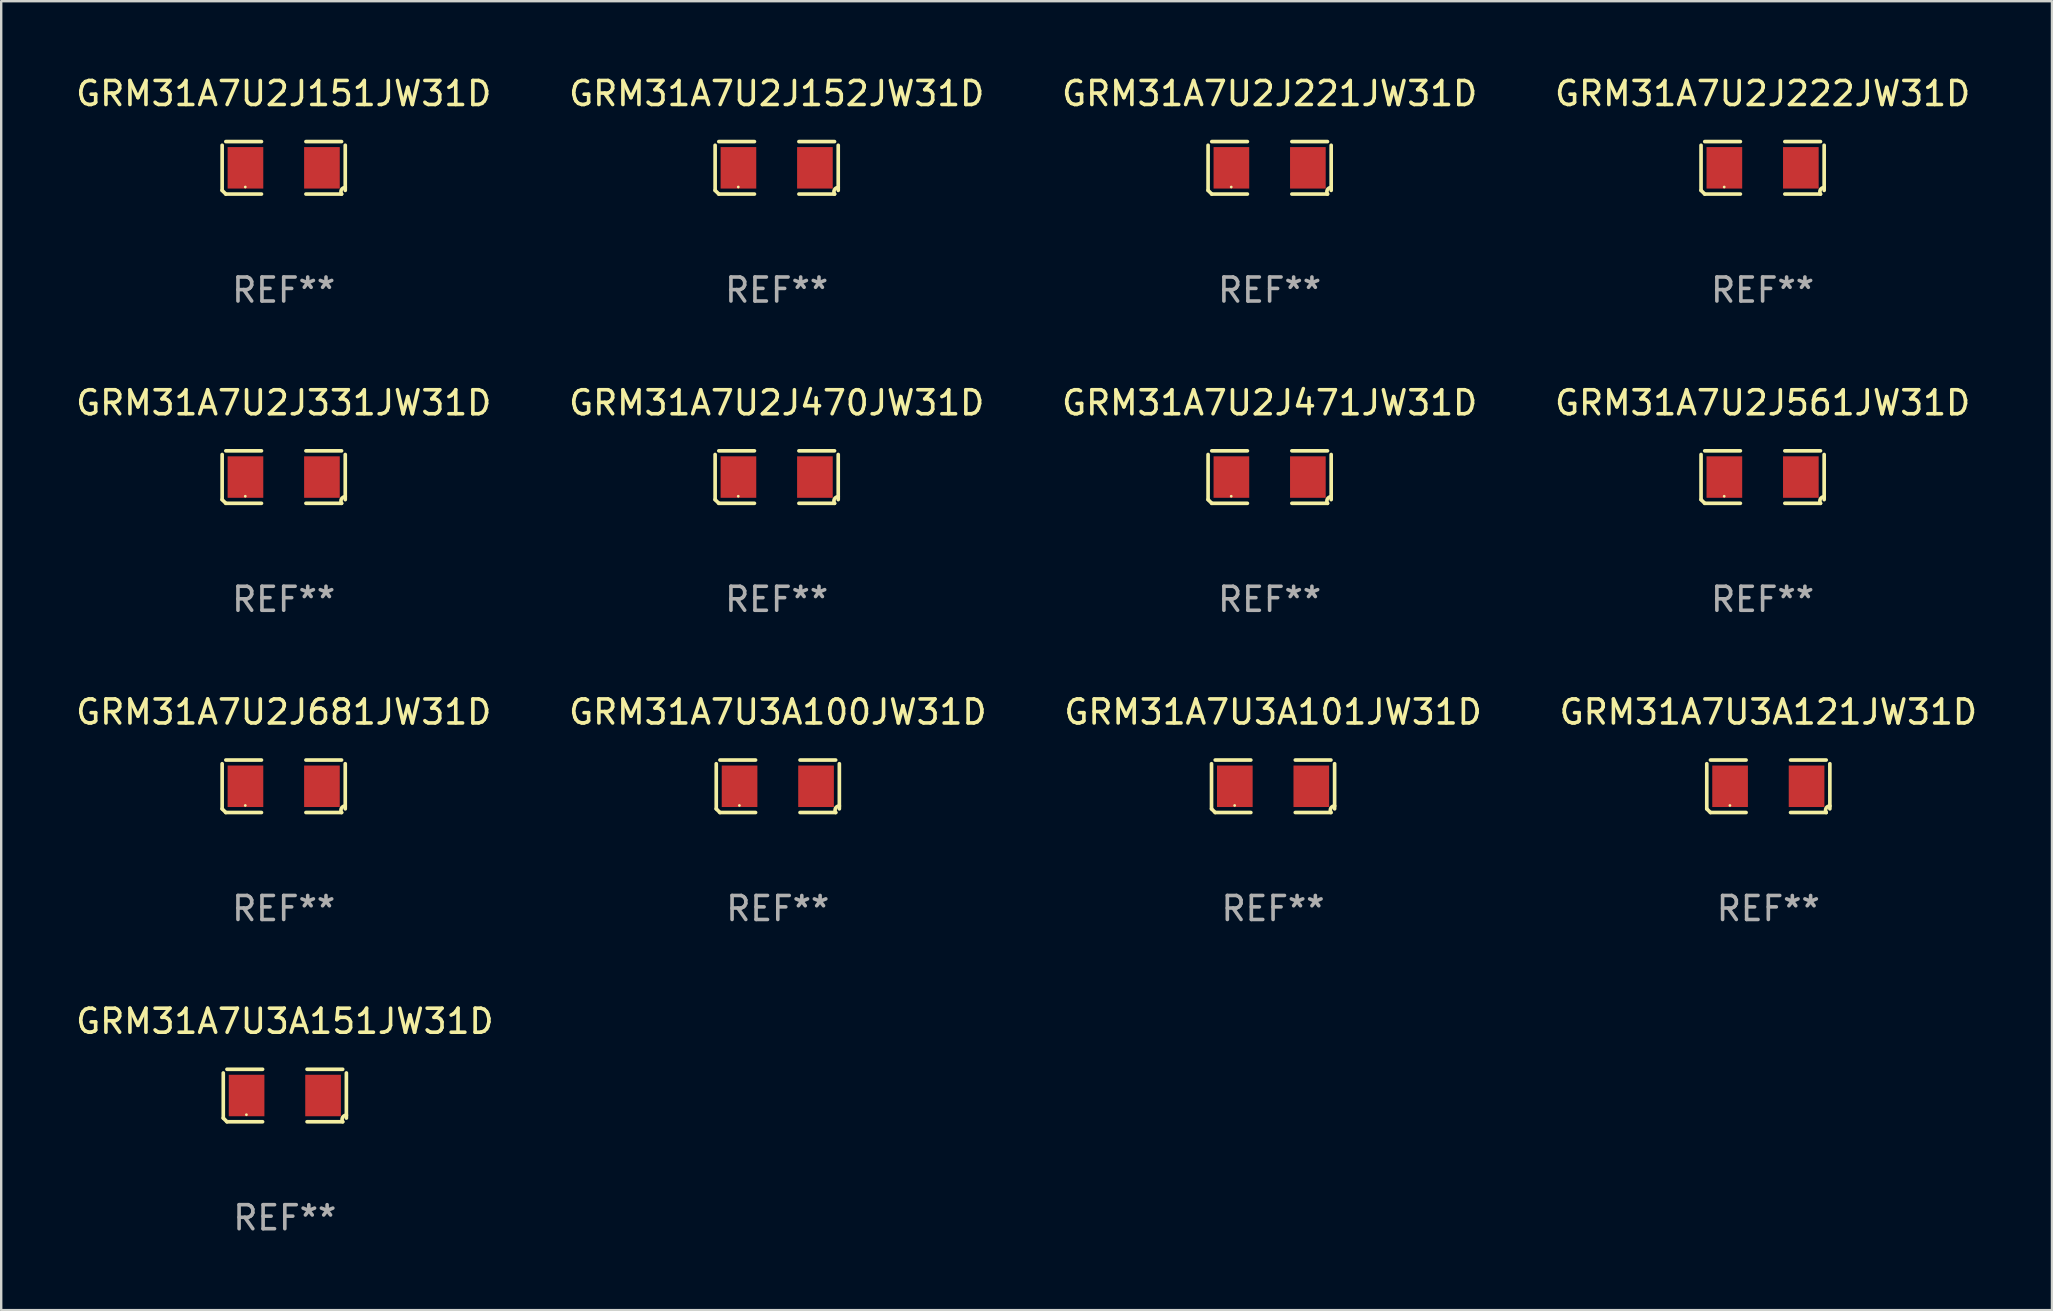
<source format=kicad_pcb>
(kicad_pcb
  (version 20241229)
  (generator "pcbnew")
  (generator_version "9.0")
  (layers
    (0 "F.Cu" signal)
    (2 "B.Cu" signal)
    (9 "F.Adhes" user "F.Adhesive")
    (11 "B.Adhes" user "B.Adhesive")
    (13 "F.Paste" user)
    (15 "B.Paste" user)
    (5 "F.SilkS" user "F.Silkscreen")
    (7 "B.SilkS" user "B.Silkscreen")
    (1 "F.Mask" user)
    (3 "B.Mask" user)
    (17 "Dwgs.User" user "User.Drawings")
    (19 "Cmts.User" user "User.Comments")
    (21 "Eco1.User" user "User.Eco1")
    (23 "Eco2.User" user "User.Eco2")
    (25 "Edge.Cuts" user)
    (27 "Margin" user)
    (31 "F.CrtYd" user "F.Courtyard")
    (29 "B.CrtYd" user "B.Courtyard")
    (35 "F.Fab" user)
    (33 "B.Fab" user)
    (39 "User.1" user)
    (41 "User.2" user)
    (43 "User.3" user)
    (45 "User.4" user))
  (footprint "GRM31A7U2J471JW31D"
    (layer "F.Cu")
    (at 49.839 16.823)
    (property "Reference" "GRM31A7U2J471JW31D" (at 0 -3.093 0) (layer "F.SilkS") (effects (font (size 1 1) (thickness 0.15))))
    (attr through_hole)
    (fp_line (start -2.564 0.94) (end -2.564 -0.94) (stroke (width 0.152) (type solid)) (layer "F.SilkS"))
    (fp_line (start -2.411 -1.093) (end -0.926 -1.093) (stroke (width 0.152) (type solid)) (layer "F.SilkS"))
    (fp_line (start -0.926 1.093) (end -2.411 1.093) (stroke (width 0.152) (type solid)) (layer "F.SilkS"))
    (fp_line (start 0.926 1.093) (end 2.411 1.093) (stroke (width 0.152) (type solid)) (layer "F.SilkS"))
    (fp_line (start 2.411 -1.093) (end 0.926 -1.093) (stroke (width 0.152) (type solid)) (layer "F.SilkS"))
    (fp_line (start 2.564 0.94) (end 2.564 -0.94) (stroke (width 0.152) (type solid)) (layer "F.SilkS"))
    (fp_arc (start -2.411201 1.092609) (mid -2.487413 1.01642) (end -2.563602 0.940208) (stroke (width 0.1524) (type solid)) (layer "F.SilkS"))
    (fp_arc (start 2.411201 1.092609) (mid 2.407159 0.911226) (end 2.563602 0.819347) (stroke (width 0.1524) (type solid)) (layer "F.SilkS"))
    (fp_circle (center -1.6 0.8) (end -1.57 0.8) (stroke (width 0.06) (type solid)) (fill no) (layer "F.SilkS"))
    (fp_text user "REF**" (at 0 5.093 0) (layer "F.Fab") (effects (font (size 1 1) (thickness 0.15))))
    (pad "1" smd rect (at -1.593 0) (size 1.485 1.728) (layers "F.Cu" "F.Mask" "F.Paste"))
    (pad "2" smd rect (at 1.593 0) (size 1.485 1.728) (layers "F.Cu" "F.Mask" "F.Paste")))
  (footprint "GRM31A7U2J222JW31D"
    (layer "F.Cu")
    (at 70.375 3.941)
    (property "Reference" "GRM31A7U2J222JW31D" (at 0 -3.093 0) (layer "F.SilkS") (effects (font (size 1 1) (thickness 0.15))))
    (attr through_hole)
    (fp_line (start -2.564 0.94) (end -2.564 -0.94) (stroke (width 0.152) (type solid)) (layer "F.SilkS"))
    (fp_line (start -2.411 -1.093) (end -0.926 -1.093) (stroke (width 0.152) (type solid)) (layer "F.SilkS"))
    (fp_line (start -0.926 1.093) (end -2.411 1.093) (stroke (width 0.152) (type solid)) (layer "F.SilkS"))
    (fp_line (start 0.926 1.093) (end 2.411 1.093) (stroke (width 0.152) (type solid)) (layer "F.SilkS"))
    (fp_line (start 2.411 -1.093) (end 0.926 -1.093) (stroke (width 0.152) (type solid)) (layer "F.SilkS"))
    (fp_line (start 2.564 0.94) (end 2.564 -0.94) (stroke (width 0.152) (type solid)) (layer "F.SilkS"))
    (fp_arc (start -2.411201 1.092609) (mid -2.487413 1.01642) (end -2.563602 0.940208) (stroke (width 0.1524) (type solid)) (layer "F.SilkS"))
    (fp_arc (start 2.411201 1.092609) (mid 2.407159 0.911226) (end 2.563602 0.819347) (stroke (width 0.1524) (type solid)) (layer "F.SilkS"))
    (fp_circle (center -1.6 0.8) (end -1.57 0.8) (stroke (width 0.06) (type solid)) (fill no) (layer "F.SilkS"))
    (fp_text user "REF**" (at 0 5.093 0) (layer "F.Fab") (effects (font (size 1 1) (thickness 0.15))))
    (pad "1" smd rect (at -1.593 0) (size 1.485 1.728) (layers "F.Cu" "F.Mask" "F.Paste"))
    (pad "2" smd rect (at 1.593 0) (size 1.485 1.728) (layers "F.Cu" "F.Mask" "F.Paste")))
  (footprint "GRM31A7U2J331JW31D"
    (layer "F.Cu")
    (at 8.768 16.823)
    (property "Reference" "GRM31A7U2J331JW31D" (at 0 -3.093 0) (layer "F.SilkS") (effects (font (size 1 1) (thickness 0.15))))
    (attr through_hole)
    (fp_line (start -2.564 0.94) (end -2.564 -0.94) (stroke (width 0.152) (type solid)) (layer "F.SilkS"))
    (fp_line (start -2.411 -1.093) (end -0.926 -1.093) (stroke (width 0.152) (type solid)) (layer "F.SilkS"))
    (fp_line (start -0.926 1.093) (end -2.411 1.093) (stroke (width 0.152) (type solid)) (layer "F.SilkS"))
    (fp_line (start 0.926 1.093) (end 2.411 1.093) (stroke (width 0.152) (type solid)) (layer "F.SilkS"))
    (fp_line (start 2.411 -1.093) (end 0.926 -1.093) (stroke (width 0.152) (type solid)) (layer "F.SilkS"))
    (fp_line (start 2.564 0.94) (end 2.564 -0.94) (stroke (width 0.152) (type solid)) (layer "F.SilkS"))
    (fp_arc (start -2.411201 1.092609) (mid -2.487413 1.01642) (end -2.563602 0.940208) (stroke (width 0.1524) (type solid)) (layer "F.SilkS"))
    (fp_arc (start 2.411201 1.092609) (mid 2.407159 0.911226) (end 2.563602 0.819347) (stroke (width 0.1524) (type solid)) (layer "F.SilkS"))
    (fp_circle (center -1.6 0.8) (end -1.57 0.8) (stroke (width 0.06) (type solid)) (fill no) (layer "F.SilkS"))
    (fp_text user "REF**" (at 0 5.093 0) (layer "F.Fab") (effects (font (size 1 1) (thickness 0.15))))
    (pad "1" smd rect (at -1.593 0) (size 1.485 1.728) (layers "F.Cu" "F.Mask" "F.Paste"))
    (pad "2" smd rect (at 1.593 0) (size 1.485 1.728) (layers "F.Cu" "F.Mask" "F.Paste")))
  (footprint "GRM31A7U2J561JW31D"
    (layer "F.Cu")
    (at 70.375 16.823)
    (property "Reference" "GRM31A7U2J561JW31D" (at 0 -3.093 0) (layer "F.SilkS") (effects (font (size 1 1) (thickness 0.15))))
    (attr through_hole)
    (fp_line (start -2.564 0.94) (end -2.564 -0.94) (stroke (width 0.152) (type solid)) (layer "F.SilkS"))
    (fp_line (start -2.411 -1.093) (end -0.926 -1.093) (stroke (width 0.152) (type solid)) (layer "F.SilkS"))
    (fp_line (start -0.926 1.093) (end -2.411 1.093) (stroke (width 0.152) (type solid)) (layer "F.SilkS"))
    (fp_line (start 0.926 1.093) (end 2.411 1.093) (stroke (width 0.152) (type solid)) (layer "F.SilkS"))
    (fp_line (start 2.411 -1.093) (end 0.926 -1.093) (stroke (width 0.152) (type solid)) (layer "F.SilkS"))
    (fp_line (start 2.564 0.94) (end 2.564 -0.94) (stroke (width 0.152) (type solid)) (layer "F.SilkS"))
    (fp_arc (start -2.411201 1.092609) (mid -2.487413 1.01642) (end -2.563602 0.940208) (stroke (width 0.1524) (type solid)) (layer "F.SilkS"))
    (fp_arc (start 2.411201 1.092609) (mid 2.407159 0.911226) (end 2.563602 0.819347) (stroke (width 0.1524) (type solid)) (layer "F.SilkS"))
    (fp_circle (center -1.6 0.8) (end -1.57 0.8) (stroke (width 0.06) (type solid)) (fill no) (layer "F.SilkS"))
    (fp_text user "REF**" (at 0 5.093 0) (layer "F.Fab") (effects (font (size 1 1) (thickness 0.15))))
    (pad "1" smd rect (at -1.593 0) (size 1.485 1.728) (layers "F.Cu" "F.Mask" "F.Paste"))
    (pad "2" smd rect (at 1.593 0) (size 1.485 1.728) (layers "F.Cu" "F.Mask" "F.Paste")))
  (footprint "GRM31A7U3A151JW31D"
    (layer "F.Cu")
    (at 8.815 42.586)
    (property "Reference" "GRM31A7U3A151JW31D" (at 0 -3.093 0) (layer "F.SilkS") (effects (font (size 1 1) (thickness 0.15))))
    (attr through_hole)
    (fp_line (start -2.564 0.94) (end -2.564 -0.94) (stroke (width 0.152) (type solid)) (layer "F.SilkS"))
    (fp_line (start -2.411 -1.093) (end -0.926 -1.093) (stroke (width 0.152) (type solid)) (layer "F.SilkS"))
    (fp_line (start -0.926 1.093) (end -2.411 1.093) (stroke (width 0.152) (type solid)) (layer "F.SilkS"))
    (fp_line (start 0.926 1.093) (end 2.411 1.093) (stroke (width 0.152) (type solid)) (layer "F.SilkS"))
    (fp_line (start 2.411 -1.093) (end 0.926 -1.093) (stroke (width 0.152) (type solid)) (layer "F.SilkS"))
    (fp_line (start 2.564 0.94) (end 2.564 -0.94) (stroke (width 0.152) (type solid)) (layer "F.SilkS"))
    (fp_arc (start -2.411201 1.092609) (mid -2.487413 1.01642) (end -2.563602 0.940208) (stroke (width 0.1524) (type solid)) (layer "F.SilkS"))
    (fp_arc (start 2.411201 1.092609) (mid 2.407159 0.911226) (end 2.563602 0.819347) (stroke (width 0.1524) (type solid)) (layer "F.SilkS"))
    (fp_circle (center -1.6 0.8) (end -1.57 0.8) (stroke (width 0.06) (type solid)) (fill no) (layer "F.SilkS"))
    (fp_text user "REF**" (at 0 5.093 0) (layer "F.Fab") (effects (font (size 1 1) (thickness 0.15))))
    (pad "1" smd rect (at -1.593 0) (size 1.485 1.728) (layers "F.Cu" "F.Mask" "F.Paste"))
    (pad "2" smd rect (at 1.593 0) (size 1.485 1.728) (layers "F.Cu" "F.Mask" "F.Paste")))
  (footprint "GRM31A7U3A121JW31D"
    (layer "F.Cu")
    (at 70.613 29.704)
    (property "Reference" "GRM31A7U3A121JW31D" (at 0 -3.093 0) (layer "F.SilkS") (effects (font (size 1 1) (thickness 0.15))))
    (attr through_hole)
    (fp_line (start -2.564 0.94) (end -2.564 -0.94) (stroke (width 0.152) (type solid)) (layer "F.SilkS"))
    (fp_line (start -2.411 -1.093) (end -0.926 -1.093) (stroke (width 0.152) (type solid)) (layer "F.SilkS"))
    (fp_line (start -0.926 1.093) (end -2.411 1.093) (stroke (width 0.152) (type solid)) (layer "F.SilkS"))
    (fp_line (start 0.926 1.093) (end 2.411 1.093) (stroke (width 0.152) (type solid)) (layer "F.SilkS"))
    (fp_line (start 2.411 -1.093) (end 0.926 -1.093) (stroke (width 0.152) (type solid)) (layer "F.SilkS"))
    (fp_line (start 2.564 0.94) (end 2.564 -0.94) (stroke (width 0.152) (type solid)) (layer "F.SilkS"))
    (fp_arc (start -2.411201 1.092609) (mid -2.487413 1.01642) (end -2.563602 0.940208) (stroke (width 0.1524) (type solid)) (layer "F.SilkS"))
    (fp_arc (start 2.411201 1.092609) (mid 2.407159 0.911226) (end 2.563602 0.819347) (stroke (width 0.1524) (type solid)) (layer "F.SilkS"))
    (fp_circle (center -1.6 0.8) (end -1.57 0.8) (stroke (width 0.06) (type solid)) (fill no) (layer "F.SilkS"))
    (fp_text user "REF**" (at 0 5.093 0) (layer "F.Fab") (effects (font (size 1 1) (thickness 0.15))))
    (pad "1" smd rect (at -1.593 0) (size 1.485 1.728) (layers "F.Cu" "F.Mask" "F.Paste"))
    (pad "2" smd rect (at 1.593 0) (size 1.485 1.728) (layers "F.Cu" "F.Mask" "F.Paste")))
  (footprint "GRM31A7U3A101JW31D"
    (layer "F.Cu")
    (at 49.982 29.704)
    (property "Reference" "GRM31A7U3A101JW31D" (at 0 -3.093 0) (layer "F.SilkS") (effects (font (size 1 1) (thickness 0.15))))
    (attr through_hole)
    (fp_line (start -2.564 0.94) (end -2.564 -0.94) (stroke (width 0.152) (type solid)) (layer "F.SilkS"))
    (fp_line (start -2.411 -1.093) (end -0.926 -1.093) (stroke (width 0.152) (type solid)) (layer "F.SilkS"))
    (fp_line (start -0.926 1.093) (end -2.411 1.093) (stroke (width 0.152) (type solid)) (layer "F.SilkS"))
    (fp_line (start 0.926 1.093) (end 2.411 1.093) (stroke (width 0.152) (type solid)) (layer "F.SilkS"))
    (fp_line (start 2.411 -1.093) (end 0.926 -1.093) (stroke (width 0.152) (type solid)) (layer "F.SilkS"))
    (fp_line (start 2.564 0.94) (end 2.564 -0.94) (stroke (width 0.152) (type solid)) (layer "F.SilkS"))
    (fp_arc (start -2.411201 1.092609) (mid -2.487413 1.01642) (end -2.563602 0.940208) (stroke (width 0.1524) (type solid)) (layer "F.SilkS"))
    (fp_arc (start 2.411201 1.092609) (mid 2.407159 0.911226) (end 2.563602 0.819347) (stroke (width 0.1524) (type solid)) (layer "F.SilkS"))
    (fp_circle (center -1.6 0.8) (end -1.57 0.8) (stroke (width 0.06) (type solid)) (fill no) (layer "F.SilkS"))
    (fp_text user "REF**" (at 0 5.093 0) (layer "F.Fab") (effects (font (size 1 1) (thickness 0.15))))
    (pad "1" smd rect (at -1.593 0) (size 1.485 1.728) (layers "F.Cu" "F.Mask" "F.Paste"))
    (pad "2" smd rect (at 1.593 0) (size 1.485 1.728) (layers "F.Cu" "F.Mask" "F.Paste")))
  (footprint "GRM31A7U2J681JW31D"
    (layer "F.Cu")
    (at 8.768 29.704)
    (property "Reference" "GRM31A7U2J681JW31D" (at 0 -3.093 0) (layer "F.SilkS") (effects (font (size 1 1) (thickness 0.15))))
    (attr through_hole)
    (fp_line (start -2.564 0.94) (end -2.564 -0.94) (stroke (width 0.152) (type solid)) (layer "F.SilkS"))
    (fp_line (start -2.411 -1.093) (end -0.926 -1.093) (stroke (width 0.152) (type solid)) (layer "F.SilkS"))
    (fp_line (start -0.926 1.093) (end -2.411 1.093) (stroke (width 0.152) (type solid)) (layer "F.SilkS"))
    (fp_line (start 0.926 1.093) (end 2.411 1.093) (stroke (width 0.152) (type solid)) (layer "F.SilkS"))
    (fp_line (start 2.411 -1.093) (end 0.926 -1.093) (stroke (width 0.152) (type solid)) (layer "F.SilkS"))
    (fp_line (start 2.564 0.94) (end 2.564 -0.94) (stroke (width 0.152) (type solid)) (layer "F.SilkS"))
    (fp_arc (start -2.411201 1.092609) (mid -2.487413 1.01642) (end -2.563602 0.940208) (stroke (width 0.1524) (type solid)) (layer "F.SilkS"))
    (fp_arc (start 2.411201 1.092609) (mid 2.407159 0.911226) (end 2.563602 0.819347) (stroke (width 0.1524) (type solid)) (layer "F.SilkS"))
    (fp_circle (center -1.6 0.8) (end -1.57 0.8) (stroke (width 0.06) (type solid)) (fill no) (layer "F.SilkS"))
    (fp_text user "REF**" (at 0 5.093 0) (layer "F.Fab") (effects (font (size 1 1) (thickness 0.15))))
    (pad "1" smd rect (at -1.593 0) (size 1.485 1.728) (layers "F.Cu" "F.Mask" "F.Paste"))
    (pad "2" smd rect (at 1.593 0) (size 1.485 1.728) (layers "F.Cu" "F.Mask" "F.Paste")))
  (footprint "GRM31A7U2J151JW31D"
    (layer "F.Cu")
    (at 8.768 3.941)
    (property "Reference" "GRM31A7U2J151JW31D" (at 0 -3.093 0) (layer "F.SilkS") (effects (font (size 1 1) (thickness 0.15))))
    (attr through_hole)
    (fp_line (start -2.564 0.94) (end -2.564 -0.94) (stroke (width 0.152) (type solid)) (layer "F.SilkS"))
    (fp_line (start -2.411 -1.093) (end -0.926 -1.093) (stroke (width 0.152) (type solid)) (layer "F.SilkS"))
    (fp_line (start -0.926 1.093) (end -2.411 1.093) (stroke (width 0.152) (type solid)) (layer "F.SilkS"))
    (fp_line (start 0.926 1.093) (end 2.411 1.093) (stroke (width 0.152) (type solid)) (layer "F.SilkS"))
    (fp_line (start 2.411 -1.093) (end 0.926 -1.093) (stroke (width 0.152) (type solid)) (layer "F.SilkS"))
    (fp_line (start 2.564 0.94) (end 2.564 -0.94) (stroke (width 0.152) (type solid)) (layer "F.SilkS"))
    (fp_arc (start -2.411201 1.092609) (mid -2.487413 1.01642) (end -2.563602 0.940208) (stroke (width 0.1524) (type solid)) (layer "F.SilkS"))
    (fp_arc (start 2.411201 1.092609) (mid 2.407159 0.911226) (end 2.563602 0.819347) (stroke (width 0.1524) (type solid)) (layer "F.SilkS"))
    (fp_circle (center -1.6 0.8) (end -1.57 0.8) (stroke (width 0.06) (type solid)) (fill no) (layer "F.SilkS"))
    (fp_text user "REF**" (at 0 5.093 0) (layer "F.Fab") (effects (font (size 1 1) (thickness 0.15))))
    (pad "1" smd rect (at -1.593 0) (size 1.485 1.728) (layers "F.Cu" "F.Mask" "F.Paste"))
    (pad "2" smd rect (at 1.593 0) (size 1.485 1.728) (layers "F.Cu" "F.Mask" "F.Paste")))
  (footprint "GRM31A7U2J470JW31D"
    (layer "F.Cu")
    (at 29.304 16.823)
    (property "Reference" "GRM31A7U2J470JW31D" (at 0 -3.093 0) (layer "F.SilkS") (effects (font (size 1 1) (thickness 0.15))))
    (attr through_hole)
    (fp_line (start -2.564 0.94) (end -2.564 -0.94) (stroke (width 0.152) (type solid)) (layer "F.SilkS"))
    (fp_line (start -2.411 -1.093) (end -0.926 -1.093) (stroke (width 0.152) (type solid)) (layer "F.SilkS"))
    (fp_line (start -0.926 1.093) (end -2.411 1.093) (stroke (width 0.152) (type solid)) (layer "F.SilkS"))
    (fp_line (start 0.926 1.093) (end 2.411 1.093) (stroke (width 0.152) (type solid)) (layer "F.SilkS"))
    (fp_line (start 2.411 -1.093) (end 0.926 -1.093) (stroke (width 0.152) (type solid)) (layer "F.SilkS"))
    (fp_line (start 2.564 0.94) (end 2.564 -0.94) (stroke (width 0.152) (type solid)) (layer "F.SilkS"))
    (fp_arc (start -2.411201 1.092609) (mid -2.487413 1.01642) (end -2.563602 0.940208) (stroke (width 0.1524) (type solid)) (layer "F.SilkS"))
    (fp_arc (start 2.411201 1.092609) (mid 2.407159 0.911226) (end 2.563602 0.819347) (stroke (width 0.1524) (type solid)) (layer "F.SilkS"))
    (fp_circle (center -1.6 0.8) (end -1.57 0.8) (stroke (width 0.06) (type solid)) (fill no) (layer "F.SilkS"))
    (fp_text user "REF**" (at 0 5.093 0) (layer "F.Fab") (effects (font (size 1 1) (thickness 0.15))))
    (pad "1" smd rect (at -1.593 0) (size 1.485 1.728) (layers "F.Cu" "F.Mask" "F.Paste"))
    (pad "2" smd rect (at 1.593 0) (size 1.485 1.728) (layers "F.Cu" "F.Mask" "F.Paste")))
  (footprint "GRM31A7U2J152JW31D"
    (layer "F.Cu")
    (at 29.304 3.941)
    (property "Reference" "GRM31A7U2J152JW31D" (at 0 -3.093 0) (layer "F.SilkS") (effects (font (size 1 1) (thickness 0.15))))
    (attr through_hole)
    (fp_line (start -2.564 0.94) (end -2.564 -0.94) (stroke (width 0.152) (type solid)) (layer "F.SilkS"))
    (fp_line (start -2.411 -1.093) (end -0.926 -1.093) (stroke (width 0.152) (type solid)) (layer "F.SilkS"))
    (fp_line (start -0.926 1.093) (end -2.411 1.093) (stroke (width 0.152) (type solid)) (layer "F.SilkS"))
    (fp_line (start 0.926 1.093) (end 2.411 1.093) (stroke (width 0.152) (type solid)) (layer "F.SilkS"))
    (fp_line (start 2.411 -1.093) (end 0.926 -1.093) (stroke (width 0.152) (type solid)) (layer "F.SilkS"))
    (fp_line (start 2.564 0.94) (end 2.564 -0.94) (stroke (width 0.152) (type solid)) (layer "F.SilkS"))
    (fp_arc (start -2.411201 1.092609) (mid -2.487413 1.01642) (end -2.563602 0.940208) (stroke (width 0.1524) (type solid)) (layer "F.SilkS"))
    (fp_arc (start 2.411201 1.092609) (mid 2.407159 0.911226) (end 2.563602 0.819347) (stroke (width 0.1524) (type solid)) (layer "F.SilkS"))
    (fp_circle (center -1.6 0.8) (end -1.57 0.8) (stroke (width 0.06) (type solid)) (fill no) (layer "F.SilkS"))
    (fp_text user "REF**" (at 0 5.093 0) (layer "F.Fab") (effects (font (size 1 1) (thickness 0.15))))
    (pad "1" smd rect (at -1.593 0) (size 1.485 1.728) (layers "F.Cu" "F.Mask" "F.Paste"))
    (pad "2" smd rect (at 1.593 0) (size 1.485 1.728) (layers "F.Cu" "F.Mask" "F.Paste")))
  (footprint "GRM31A7U3A100JW31D"
    (layer "F.Cu")
    (at 29.351 29.704)
    (property "Reference" "GRM31A7U3A100JW31D" (at 0 -3.093 0) (layer "F.SilkS") (effects (font (size 1 1) (thickness 0.15))))
    (attr through_hole)
    (fp_line (start -2.564 0.94) (end -2.564 -0.94) (stroke (width 0.152) (type solid)) (layer "F.SilkS"))
    (fp_line (start -2.411 -1.093) (end -0.926 -1.093) (stroke (width 0.152) (type solid)) (layer "F.SilkS"))
    (fp_line (start -0.926 1.093) (end -2.411 1.093) (stroke (width 0.152) (type solid)) (layer "F.SilkS"))
    (fp_line (start 0.926 1.093) (end 2.411 1.093) (stroke (width 0.152) (type solid)) (layer "F.SilkS"))
    (fp_line (start 2.411 -1.093) (end 0.926 -1.093) (stroke (width 0.152) (type solid)) (layer "F.SilkS"))
    (fp_line (start 2.564 0.94) (end 2.564 -0.94) (stroke (width 0.152) (type solid)) (layer "F.SilkS"))
    (fp_arc (start -2.411201 1.092609) (mid -2.487413 1.01642) (end -2.563602 0.940208) (stroke (width 0.1524) (type solid)) (layer "F.SilkS"))
    (fp_arc (start 2.411201 1.092609) (mid 2.407159 0.911226) (end 2.563602 0.819347) (stroke (width 0.1524) (type solid)) (layer "F.SilkS"))
    (fp_circle (center -1.6 0.8) (end -1.57 0.8) (stroke (width 0.06) (type solid)) (fill no) (layer "F.SilkS"))
    (fp_text user "REF**" (at 0 5.093 0) (layer "F.Fab") (effects (font (size 1 1) (thickness 0.15))))
    (pad "1" smd rect (at -1.593 0) (size 1.485 1.728) (layers "F.Cu" "F.Mask" "F.Paste"))
    (pad "2" smd rect (at 1.593 0) (size 1.485 1.728) (layers "F.Cu" "F.Mask" "F.Paste")))
  (footprint "GRM31A7U2J221JW31D"
    (layer "F.Cu")
    (at 49.839 3.941)
    (property "Reference" "GRM31A7U2J221JW31D" (at 0 -3.093 0) (layer "F.SilkS") (effects (font (size 1 1) (thickness 0.15))))
    (attr through_hole)
    (fp_line (start -2.564 0.94) (end -2.564 -0.94) (stroke (width 0.152) (type solid)) (layer "F.SilkS"))
    (fp_line (start -2.411 -1.093) (end -0.926 -1.093) (stroke (width 0.152) (type solid)) (layer "F.SilkS"))
    (fp_line (start -0.926 1.093) (end -2.411 1.093) (stroke (width 0.152) (type solid)) (layer "F.SilkS"))
    (fp_line (start 0.926 1.093) (end 2.411 1.093) (stroke (width 0.152) (type solid)) (layer "F.SilkS"))
    (fp_line (start 2.411 -1.093) (end 0.926 -1.093) (stroke (width 0.152) (type solid)) (layer "F.SilkS"))
    (fp_line (start 2.564 0.94) (end 2.564 -0.94) (stroke (width 0.152) (type solid)) (layer "F.SilkS"))
    (fp_arc (start -2.411201 1.092609) (mid -2.487413 1.01642) (end -2.563602 0.940208) (stroke (width 0.1524) (type solid)) (layer "F.SilkS"))
    (fp_arc (start 2.411201 1.092609) (mid 2.407159 0.911226) (end 2.563602 0.819347) (stroke (width 0.1524) (type solid)) (layer "F.SilkS"))
    (fp_circle (center -1.6 0.8) (end -1.57 0.8) (stroke (width 0.06) (type solid)) (fill no) (layer "F.SilkS"))
    (fp_text user "REF**" (at 0 5.093 0) (layer "F.Fab") (effects (font (size 1 1) (thickness 0.15))))
    (pad "1" smd rect (at -1.593 0) (size 1.485 1.728) (layers "F.Cu" "F.Mask" "F.Paste"))
    (pad "2" smd rect (at 1.593 0) (size 1.485 1.728) (layers "F.Cu" "F.Mask" "F.Paste")))
  (gr_rect
    (start -3 -3)
    (end 82.429 51.527)
    (stroke (width 0.1) (type default))
    (fill no)
    (layer "Edge.Cuts")))
</source>
